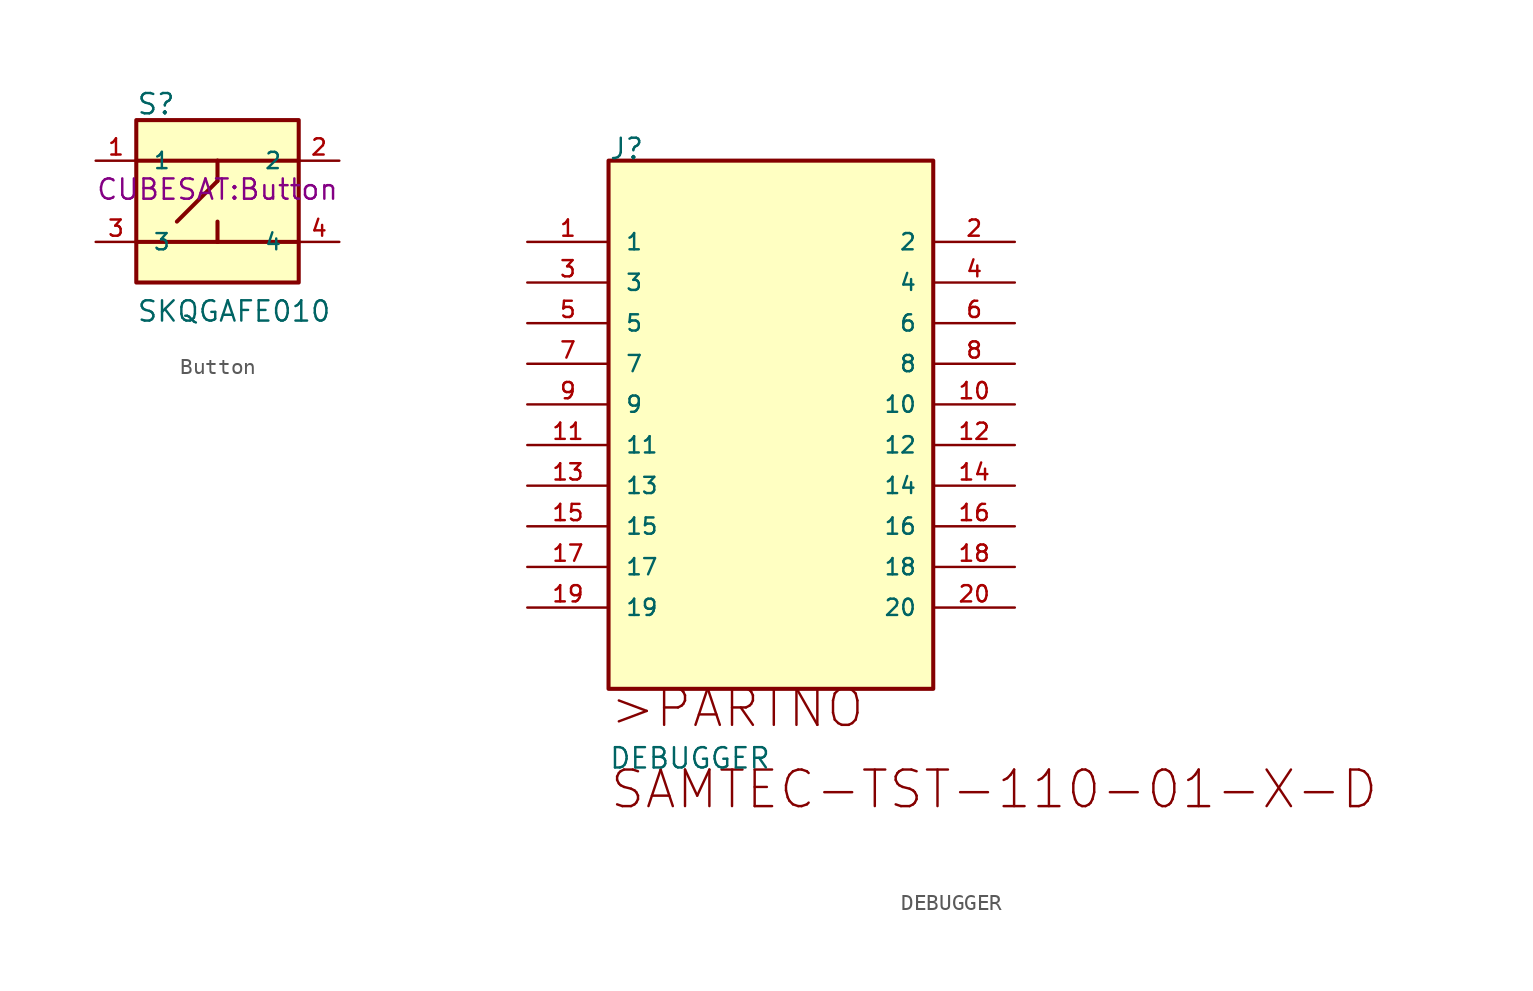
<source format=kicad_sym>
(kicad_symbol_lib
  (version 20220914)
  (generator kicad_symbol_editor)
  (symbol "Button"
    (pin_names
      (offset 1.016))
    (property "Reference" "S"
      (at -5.087 5.341 0)
      (effects (font (size 1.27 1.27)) (justify left bottom)))
    (property "Value" "SKQGAFE010"
      (at -5.082 -7.623 0)
      (effects (font (size 1.27 1.27)) (justify left bottom)))
    (property "Footprint" "CUBESAT:Button"
      (at 0 0 0)
      (effects (font (size 1.27 1.27)) (justify bottom)))
    (symbol "Button_0_0"
      (rectangle (start -5.08 5.08) (end 5.08 -5.08) (stroke (width 0.254) (type default)) (fill (type background)))
      (polyline (pts (xy -5.08 -2.54) (xy 0 -2.54)) (stroke (width 0.254) (type default)) (fill (type none)))
      (polyline (pts (xy -5.08 2.54) (xy 0 2.54)) (stroke (width 0.254) (type default)) (fill (type none)))
      (polyline (pts (xy 0 -2.54) (xy 0 -1.27)) (stroke (width 0.254) (type default)) (fill (type none)))
      (polyline (pts (xy 0 -2.54) (xy 5.08 -2.54)) (stroke (width 0.254) (type default)) (fill (type none)))
      (polyline (pts (xy 0 1.27) (xy -2.54 -1.27)) (stroke (width 0.254) (type default)) (fill (type none)))
      (polyline (pts (xy 0 2.54) (xy 0 1.27)) (stroke (width 0.254) (type default)) (fill (type none)))
      (polyline (pts (xy 0 2.54) (xy 5.08 2.54)) (stroke (width 0.254) (type default)) (fill (type none)))
      (pin passive line (at -7.62 2.54 0) (length 2.54) (name "1" (effects (font (size 1.016 1.016)))) (number "1" (effects (font (size 1.016 1.016)))))
      (pin passive line (at 7.62 2.54 180) (length 2.54) (name "2" (effects (font (size 1.016 1.016)))) (number "2" (effects (font (size 1.016 1.016)))))
      (pin passive line (at -7.62 -2.54 0) (length 2.54) (name "3" (effects (font (size 1.016 1.016)))) (number "3" (effects (font (size 1.016 1.016)))))
      (pin passive line (at 7.62 -2.54 180) (length 2.54) (name "4" (effects (font (size 1.016 1.016)))) (number "4" (effects (font (size 1.016 1.016)))))))
  (symbol "DEBUGGER"
    (pin_names
      (offset 1.016))
    (property "Reference" "J"
      (at 0 5.08 0)
      (effects (font (size 1.27 1.27)) (justify left bottom)))
    (property "Value" "DEBUGGER"
      (at 0 -33.02 0)
      (effects (font (size 1.27 1.27)) (justify left bottom)))
    (symbol "DEBUGGER_0_0"
      (rectangle (start 0 -27.94) (end 20.3 5.08) (stroke (width 0.254) (type default)) (fill (type background)))
      (text ">PARTNO" (at 0 -30.48 0) (effects (font (size 2.286 2.286)) (justify left bottom)))
      (text "SAMTEC-TST-110-01-X-D" (at 0 -35.56 0) (effects (font (size 2.286 2.286)) (justify left bottom)))
      (pin passive line (at -5.08 0 0) (length 5.08) (name "1" (effects (font (size 1.016 1.016)))) (number "1" (effects (font (size 1.016 1.016)))))
      (pin passive line (at 25.4 -10.16 180) (length 5.08) (name "10" (effects (font (size 1.016 1.016)))) (number "10" (effects (font (size 1.016 1.016)))))
      (pin passive line (at -5.08 -12.7 0) (length 5.08) (name "11" (effects (font (size 1.016 1.016)))) (number "11" (effects (font (size 1.016 1.016)))))
      (pin passive line (at 25.4 -12.7 180) (length 5.08) (name "12" (effects (font (size 1.016 1.016)))) (number "12" (effects (font (size 1.016 1.016)))))
      (pin passive line (at -5.08 -15.24 0) (length 5.08) (name "13" (effects (font (size 1.016 1.016)))) (number "13" (effects (font (size 1.016 1.016)))))
      (pin passive line (at 25.4 -15.24 180) (length 5.08) (name "14" (effects (font (size 1.016 1.016)))) (number "14" (effects (font (size 1.016 1.016)))))
      (pin passive line (at -5.08 -17.78 0) (length 5.08) (name "15" (effects (font (size 1.016 1.016)))) (number "15" (effects (font (size 1.016 1.016)))))
      (pin passive line (at 25.4 -17.78 180) (length 5.08) (name "16" (effects (font (size 1.016 1.016)))) (number "16" (effects (font (size 1.016 1.016)))))
      (pin passive line (at -5.08 -20.32 0) (length 5.08) (name "17" (effects (font (size 1.016 1.016)))) (number "17" (effects (font (size 1.016 1.016)))))
      (pin passive line (at 25.4 -20.32 180) (length 5.08) (name "18" (effects (font (size 1.016 1.016)))) (number "18" (effects (font (size 1.016 1.016)))))
      (pin passive line (at -5.08 -22.86 0) (length 5.08) (name "19" (effects (font (size 1.016 1.016)))) (number "19" (effects (font (size 1.016 1.016)))))
      (pin passive line (at 25.4 0 180) (length 5.08) (name "2" (effects (font (size 1.016 1.016)))) (number "2" (effects (font (size 1.016 1.016)))))
      (pin passive line (at 25.4 -22.86 180) (length 5.08) (name "20" (effects (font (size 1.016 1.016)))) (number "20" (effects (font (size 1.016 1.016)))))
      (pin passive line (at -5.08 -2.54 0) (length 5.08) (name "3" (effects (font (size 1.016 1.016)))) (number "3" (effects (font (size 1.016 1.016)))))
      (pin passive line (at 25.4 -2.54 180) (length 5.08) (name "4" (effects (font (size 1.016 1.016)))) (number "4" (effects (font (size 1.016 1.016)))))
      (pin passive line (at -5.08 -5.08 0) (length 5.08) (name "5" (effects (font (size 1.016 1.016)))) (number "5" (effects (font (size 1.016 1.016)))))
      (pin passive line (at 25.4 -5.08 180) (length 5.08) (name "6" (effects (font (size 1.016 1.016)))) (number "6" (effects (font (size 1.016 1.016)))))
      (pin passive line (at -5.08 -7.62 0) (length 5.08) (name "7" (effects (font (size 1.016 1.016)))) (number "7" (effects (font (size 1.016 1.016)))))
      (pin passive line (at 25.4 -7.62 180) (length 5.08) (name "8" (effects (font (size 1.016 1.016)))) (number "8" (effects (font (size 1.016 1.016)))))
      (pin passive line (at -5.08 -10.16 0) (length 5.08) (name "9" (effects (font (size 1.016 1.016)))) (number "9" (effects (font (size 1.016 1.016))))))))
</source>
